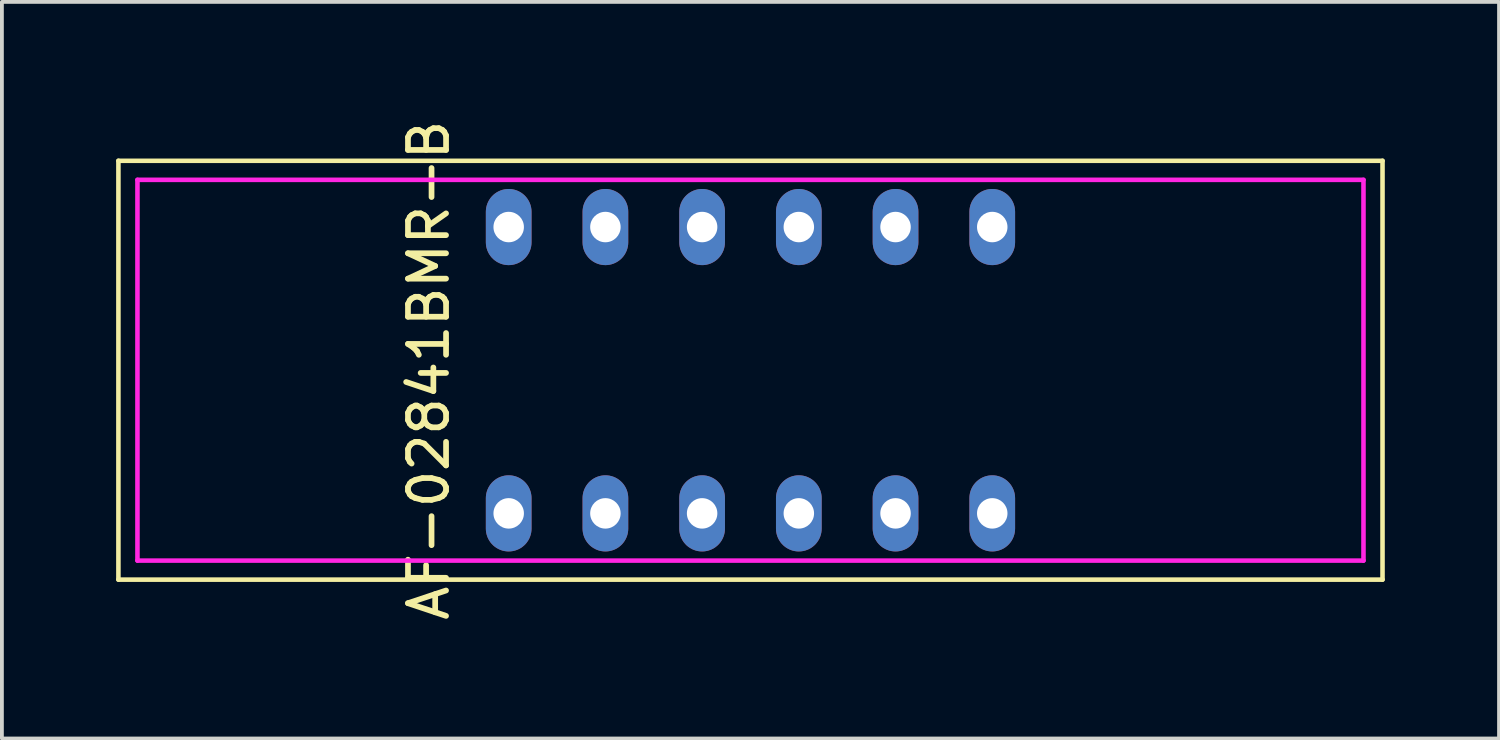
<source format=kicad_pcb>
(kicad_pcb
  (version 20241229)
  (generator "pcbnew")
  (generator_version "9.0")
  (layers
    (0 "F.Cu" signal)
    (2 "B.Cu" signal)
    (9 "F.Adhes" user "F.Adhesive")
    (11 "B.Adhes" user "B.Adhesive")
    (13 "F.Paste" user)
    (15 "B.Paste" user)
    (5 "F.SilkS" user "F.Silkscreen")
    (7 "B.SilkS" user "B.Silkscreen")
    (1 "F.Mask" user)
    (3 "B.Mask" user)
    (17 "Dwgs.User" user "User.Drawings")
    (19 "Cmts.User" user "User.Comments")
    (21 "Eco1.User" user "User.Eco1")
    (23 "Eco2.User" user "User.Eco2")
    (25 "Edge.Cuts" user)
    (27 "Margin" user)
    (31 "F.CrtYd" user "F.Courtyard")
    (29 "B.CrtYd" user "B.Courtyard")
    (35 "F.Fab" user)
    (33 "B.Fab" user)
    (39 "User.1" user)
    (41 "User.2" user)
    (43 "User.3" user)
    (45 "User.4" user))
  (footprint "AF-02841BMR-B"
    (layer "F.Cu")
    (at 16.66 6.673)
    (property "Reference" "AF-02841BMR-B" (at -8.45 0 90) (layer "F.SilkS") (effects (font (size 1 1) (thickness 0.15))))
    (attr through_hole)
    (fp_line (start -16.6 -5.5) (end 16.6 -5.5) (stroke (width 0.12) (type solid)) (layer "F.SilkS"))
    (fp_line (start -16.6 5.5) (end -16.6 -5.5) (stroke (width 0.12) (type solid)) (layer "F.SilkS"))
    (fp_line (start 16.6 -5.5) (end 16.6 5.5) (stroke (width 0.12) (type solid)) (layer "F.SilkS"))
    (fp_line (start 16.6 5.5) (end -16.6 5.5) (stroke (width 0.12) (type solid)) (layer "F.SilkS"))
    (fp_line (start -16.1 -5) (end 16.1 -5) (stroke (width 0.12) (type solid)) (layer "F.CrtYd"))
    (fp_line (start -16.1 5) (end -16.1 -5) (stroke (width 0.12) (type solid)) (layer "F.CrtYd"))
    (fp_line (start 16.1 -5) (end 16.1 5) (stroke (width 0.12) (type solid)) (layer "F.CrtYd"))
    (fp_line (start 16.1 5) (end -16.1 5) (stroke (width 0.12) (type solid)) (layer "F.CrtYd"))
    (pad "1" thru_hole oval (at -6.35 3.76) (size 1.2 2) (drill 0.8) (layers "*.Cu" "*.Mask"))
    (pad "2" thru_hole oval (at -3.81 3.76) (size 1.2 2) (drill 0.8) (layers "*.Cu" "*.Mask"))
    (pad "3" thru_hole oval (at -1.27 3.76) (size 1.2 2) (drill 0.8) (layers "*.Cu" "*.Mask"))
    (pad "4" thru_hole oval (at 1.27 3.76) (size 1.2 2) (drill 0.8) (layers "*.Cu" "*.Mask"))
    (pad "5" thru_hole oval (at 3.81 3.76) (size 1.2 2) (drill 0.8) (layers "*.Cu" "*.Mask"))
    (pad "6" thru_hole oval (at 6.35 3.76) (size 1.2 2) (drill 0.8) (layers "*.Cu" "*.Mask"))
    (pad "7" thru_hole oval (at 6.35 -3.76) (size 1.2 2) (drill 0.8) (layers "*.Cu" "*.Mask"))
    (pad "8" thru_hole oval (at 3.81 -3.76) (size 1.2 2) (drill 0.8) (layers "*.Cu" "*.Mask"))
    (pad "9" thru_hole oval (at 1.27 -3.76) (size 1.2 2) (drill 0.8) (layers "*.Cu" "*.Mask"))
    (pad "10" thru_hole oval (at -1.27 -3.76) (size 1.2 2) (drill 0.8) (layers "*.Cu" "*.Mask"))
    (pad "11" thru_hole oval (at -3.81 -3.76) (size 1.2 2) (drill 0.8) (layers "*.Cu" "*.Mask"))
    (pad "12" thru_hole oval (at -6.35 -3.76) (size 1.2 2) (drill 0.8) (layers "*.Cu" "*.Mask")))
  (gr_rect
    (start -3 -3)
    (end 36.32 16.345)
    (stroke (width 0.1) (type default))
    (fill no)
    (layer "Edge.Cuts")))
</source>
